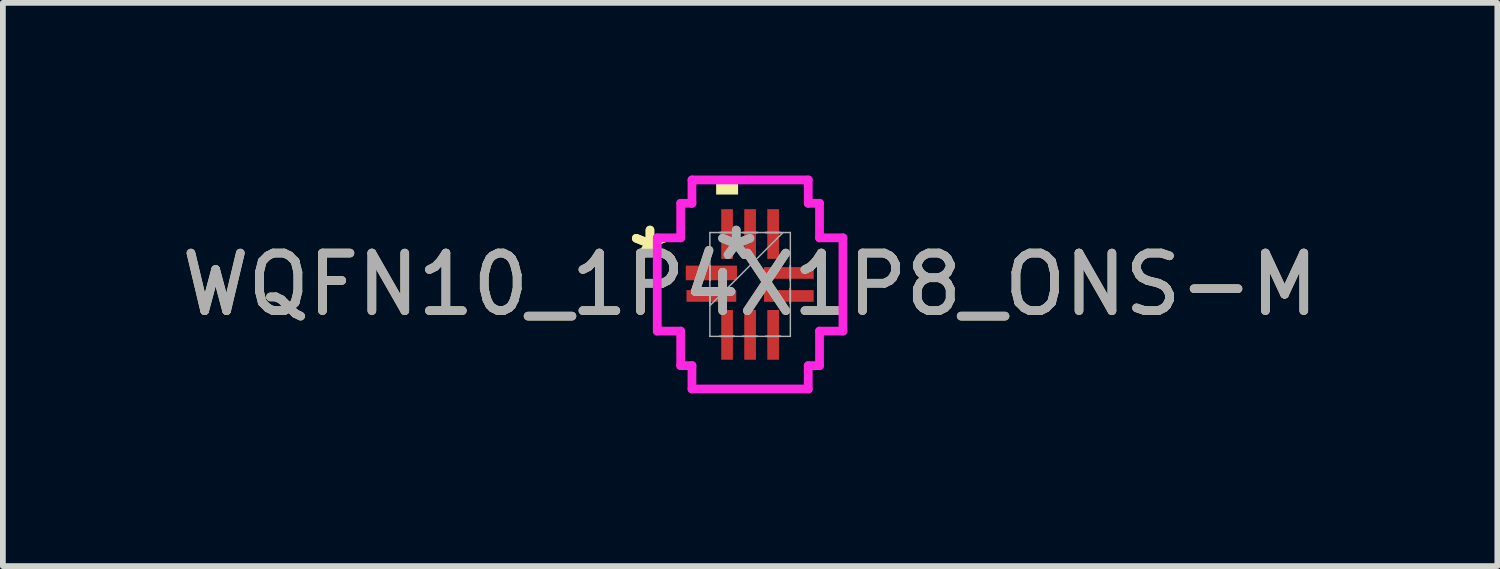
<source format=kicad_pcb>
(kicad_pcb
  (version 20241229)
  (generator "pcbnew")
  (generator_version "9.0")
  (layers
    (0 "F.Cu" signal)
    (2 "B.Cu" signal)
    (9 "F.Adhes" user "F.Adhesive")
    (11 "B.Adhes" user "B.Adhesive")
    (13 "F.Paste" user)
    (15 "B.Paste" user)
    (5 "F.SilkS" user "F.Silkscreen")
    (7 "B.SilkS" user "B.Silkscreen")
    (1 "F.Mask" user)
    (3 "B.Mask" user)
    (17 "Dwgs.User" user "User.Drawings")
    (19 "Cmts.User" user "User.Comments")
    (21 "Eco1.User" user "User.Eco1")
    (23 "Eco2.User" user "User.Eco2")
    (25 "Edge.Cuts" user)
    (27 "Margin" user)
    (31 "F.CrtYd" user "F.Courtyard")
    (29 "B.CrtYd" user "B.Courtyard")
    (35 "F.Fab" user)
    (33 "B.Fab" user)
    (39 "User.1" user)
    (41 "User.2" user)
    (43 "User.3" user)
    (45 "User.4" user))
  (footprint "WQFN10_1P4X1P8_ONS-M"
    (layer "F.Cu")
    (at 9.982 1.892)
    (property "Reference" "WQFN10_1P4X1P8_ONS-M" (at 0 0 0) (unlocked yes) (layer "F.SilkS") (effects (font (size 1 1) (thickness 0.15))))
    (attr smd)
    (fp_poly (pts (xy -0.59 -1.562) (xy -0.59 -1.816) (xy -0.209 -1.816) (xy -0.209 -1.562)) (stroke (width 0) (type solid)) (fill yes) (layer "F.SilkS"))
    (fp_line (start -1.613 -0.81) (end -1.206 -0.81) (stroke (width 0.152) (type solid)) (layer "F.CrtYd"))
    (fp_line (start -1.613 0.81) (end -1.613 -0.81) (stroke (width 0.152) (type solid)) (layer "F.CrtYd"))
    (fp_line (start -1.206 -1.41) (end -1.01 -1.41) (stroke (width 0.152) (type solid)) (layer "F.CrtYd"))
    (fp_line (start -1.206 -0.81) (end -1.206 -1.41) (stroke (width 0.152) (type solid)) (layer "F.CrtYd"))
    (fp_line (start -1.206 0.81) (end -1.613 0.81) (stroke (width 0.152) (type solid)) (layer "F.CrtYd"))
    (fp_line (start -1.206 1.41) (end -1.206 0.81) (stroke (width 0.152) (type solid)) (layer "F.CrtYd"))
    (fp_line (start -1.01 -1.816) (end 1.01 -1.816) (stroke (width 0.152) (type solid)) (layer "F.CrtYd"))
    (fp_line (start -1.01 -1.41) (end -1.01 -1.816) (stroke (width 0.152) (type solid)) (layer "F.CrtYd"))
    (fp_line (start -1.01 1.41) (end -1.206 1.41) (stroke (width 0.152) (type solid)) (layer "F.CrtYd"))
    (fp_line (start -1.01 1.816) (end -1.01 1.41) (stroke (width 0.152) (type solid)) (layer "F.CrtYd"))
    (fp_line (start 1.01 -1.816) (end 1.01 -1.41) (stroke (width 0.152) (type solid)) (layer "F.CrtYd"))
    (fp_line (start 1.01 -1.41) (end 1.206 -1.41) (stroke (width 0.152) (type solid)) (layer "F.CrtYd"))
    (fp_line (start 1.01 1.41) (end 1.01 1.816) (stroke (width 0.152) (type solid)) (layer "F.CrtYd"))
    (fp_line (start 1.01 1.816) (end -1.01 1.816) (stroke (width 0.152) (type solid)) (layer "F.CrtYd"))
    (fp_line (start 1.206 -1.41) (end 1.206 -0.81) (stroke (width 0.152) (type solid)) (layer "F.CrtYd"))
    (fp_line (start 1.206 -0.81) (end 1.613 -0.81) (stroke (width 0.152) (type solid)) (layer "F.CrtYd"))
    (fp_line (start 1.206 0.81) (end 1.206 1.41) (stroke (width 0.152) (type solid)) (layer "F.CrtYd"))
    (fp_line (start 1.206 1.41) (end 1.01 1.41) (stroke (width 0.152) (type solid)) (layer "F.CrtYd"))
    (fp_line (start 1.613 -0.81) (end 1.613 0.81) (stroke (width 0.152) (type solid)) (layer "F.CrtYd"))
    (fp_line (start 1.613 0.81) (end 1.206 0.81) (stroke (width 0.152) (type solid)) (layer "F.CrtYd"))
    (fp_line (start -0.699 -0.902) (end -0.699 -0.902) (stroke (width 0.025) (type solid)) (layer "F.Fab"))
    (fp_line (start -0.699 -0.902) (end -0.699 0.902) (stroke (width 0.025) (type solid)) (layer "F.Fab"))
    (fp_line (start -0.699 -0.327) (end -0.699 -0.327) (stroke (width 0.025) (type solid)) (layer "F.Fab"))
    (fp_line (start -0.699 -0.327) (end -0.699 -0.073) (stroke (width 0.025) (type solid)) (layer "F.Fab"))
    (fp_line (start -0.699 -0.073) (end -0.699 -0.327) (stroke (width 0.025) (type solid)) (layer "F.Fab"))
    (fp_line (start -0.699 -0.073) (end -0.699 -0.073) (stroke (width 0.025) (type solid)) (layer "F.Fab"))
    (fp_line (start -0.699 0.073) (end -0.699 0.073) (stroke (width 0.025) (type solid)) (layer "F.Fab"))
    (fp_line (start -0.699 0.073) (end -0.699 0.327) (stroke (width 0.025) (type solid)) (layer "F.Fab"))
    (fp_line (start -0.699 0.327) (end -0.699 0.073) (stroke (width 0.025) (type solid)) (layer "F.Fab"))
    (fp_line (start -0.699 0.327) (end -0.699 0.327) (stroke (width 0.025) (type solid)) (layer "F.Fab"))
    (fp_line (start -0.699 0.368) (end 0.572 -0.902) (stroke (width 0.025) (type solid)) (layer "F.Fab"))
    (fp_line (start -0.699 0.902) (end -0.699 0.902) (stroke (width 0.025) (type solid)) (layer "F.Fab"))
    (fp_line (start -0.699 0.902) (end 0.699 0.902) (stroke (width 0.025) (type solid)) (layer "F.Fab"))
    (fp_line (start -0.527 -0.902) (end -0.527 -0.902) (stroke (width 0.025) (type solid)) (layer "F.Fab"))
    (fp_line (start -0.527 -0.902) (end -0.273 -0.902) (stroke (width 0.025) (type solid)) (layer "F.Fab"))
    (fp_line (start -0.527 0.902) (end -0.527 0.902) (stroke (width 0.025) (type solid)) (layer "F.Fab"))
    (fp_line (start -0.527 0.902) (end -0.273 0.902) (stroke (width 0.025) (type solid)) (layer "F.Fab"))
    (fp_line (start -0.273 -0.902) (end -0.527 -0.902) (stroke (width 0.025) (type solid)) (layer "F.Fab"))
    (fp_line (start -0.273 -0.902) (end -0.273 -0.902) (stroke (width 0.025) (type solid)) (layer "F.Fab"))
    (fp_line (start -0.273 0.902) (end -0.527 0.902) (stroke (width 0.025) (type solid)) (layer "F.Fab"))
    (fp_line (start -0.273 0.902) (end -0.273 0.902) (stroke (width 0.025) (type solid)) (layer "F.Fab"))
    (fp_line (start -0.127 -0.902) (end -0.127 -0.902) (stroke (width 0.025) (type solid)) (layer "F.Fab"))
    (fp_line (start -0.127 -0.902) (end 0.127 -0.902) (stroke (width 0.025) (type solid)) (layer "F.Fab"))
    (fp_line (start -0.127 0.902) (end -0.127 0.902) (stroke (width 0.025) (type solid)) (layer "F.Fab"))
    (fp_line (start -0.127 0.902) (end 0.127 0.902) (stroke (width 0.025) (type solid)) (layer "F.Fab"))
    (fp_line (start 0.127 -0.902) (end -0.127 -0.902) (stroke (width 0.025) (type solid)) (layer "F.Fab"))
    (fp_line (start 0.127 -0.902) (end 0.127 -0.902) (stroke (width 0.025) (type solid)) (layer "F.Fab"))
    (fp_line (start 0.127 0.902) (end -0.127 0.902) (stroke (width 0.025) (type solid)) (layer "F.Fab"))
    (fp_line (start 0.127 0.902) (end 0.127 0.902) (stroke (width 0.025) (type solid)) (layer "F.Fab"))
    (fp_line (start 0.273 -0.902) (end 0.273 -0.902) (stroke (width 0.025) (type solid)) (layer "F.Fab"))
    (fp_line (start 0.273 -0.902) (end 0.527 -0.902) (stroke (width 0.025) (type solid)) (layer "F.Fab"))
    (fp_line (start 0.273 0.902) (end 0.273 0.902) (stroke (width 0.025) (type solid)) (layer "F.Fab"))
    (fp_line (start 0.273 0.902) (end 0.527 0.902) (stroke (width 0.025) (type solid)) (layer "F.Fab"))
    (fp_line (start 0.527 -0.902) (end 0.273 -0.902) (stroke (width 0.025) (type solid)) (layer "F.Fab"))
    (fp_line (start 0.527 -0.902) (end 0.527 -0.902) (stroke (width 0.025) (type solid)) (layer "F.Fab"))
    (fp_line (start 0.527 0.902) (end 0.273 0.902) (stroke (width 0.025) (type solid)) (layer "F.Fab"))
    (fp_line (start 0.527 0.902) (end 0.527 0.902) (stroke (width 0.025) (type solid)) (layer "F.Fab"))
    (fp_line (start 0.699 -0.902) (end -0.699 -0.902) (stroke (width 0.025) (type solid)) (layer "F.Fab"))
    (fp_line (start 0.699 -0.902) (end 0.699 -0.902) (stroke (width 0.025) (type solid)) (layer "F.Fab"))
    (fp_line (start 0.699 -0.327) (end 0.699 -0.327) (stroke (width 0.025) (type solid)) (layer "F.Fab"))
    (fp_line (start 0.699 -0.327) (end 0.699 -0.073) (stroke (width 0.025) (type solid)) (layer "F.Fab"))
    (fp_line (start 0.699 -0.073) (end 0.699 -0.327) (stroke (width 0.025) (type solid)) (layer "F.Fab"))
    (fp_line (start 0.699 -0.073) (end 0.699 -0.073) (stroke (width 0.025) (type solid)) (layer "F.Fab"))
    (fp_line (start 0.699 0.073) (end 0.699 0.073) (stroke (width 0.025) (type solid)) (layer "F.Fab"))
    (fp_line (start 0.699 0.073) (end 0.699 0.327) (stroke (width 0.025) (type solid)) (layer "F.Fab"))
    (fp_line (start 0.699 0.327) (end 0.699 0.073) (stroke (width 0.025) (type solid)) (layer "F.Fab"))
    (fp_line (start 0.699 0.327) (end 0.699 0.327) (stroke (width 0.025) (type solid)) (layer "F.Fab"))
    (fp_line (start 0.699 0.902) (end 0.699 -0.902) (stroke (width 0.025) (type solid)) (layer "F.Fab"))
    (fp_line (start 0.699 0.902) (end 0.699 0.902) (stroke (width 0.025) (type solid)) (layer "F.Fab"))
    (fp_text user "*" (at -1.74 -0.4 0) (layer "F.SilkS") (effects (font (size 1 1) (thickness 0.15))))
    (fp_text user "*" (at -1.74 -0.4 0) (unlocked yes) (layer "F.SilkS") (effects (font (size 1 1) (thickness 0.15))))
    (fp_text user "${REFERENCE}" (at 0 0 0) (unlocked yes) (layer "F.Fab") (effects (font (size 1 1) (thickness 0.15))))
    (fp_text user "*" (at -0.241 -0.4 0) (unlocked yes) (layer "F.Fab") (effects (font (size 1 1) (thickness 0.15))))
    (fp_text user "*" (at -0.241 -0.4 0) (layer "F.Fab") (effects (font (size 1 1) (thickness 0.15))))
    (pad "1" smd rect (at -0.673 -0.2 90) (size 0.254 0.889) (layers "F.Cu" "F.Mask" "F.Paste"))
    (pad "2" smd rect (at -0.673 0.2 90) (size 0.203 0.864) (layers "F.Cu" "F.Mask" "F.Paste"))
    (pad "3" smd rect (at -0.4 0.876) (size 0.203 0.864) (layers "F.Cu" "F.Mask" "F.Paste"))
    (pad "4" smd rect (at 0 0.876) (size 0.203 0.864) (layers "F.Cu" "F.Mask" "F.Paste"))
    (pad "5" smd rect (at 0.4 0.876) (size 0.203 0.864) (layers "F.Cu" "F.Mask" "F.Paste"))
    (pad "6" smd rect (at 0.673 0.2 90) (size 0.203 0.864) (layers "F.Cu" "F.Mask" "F.Paste"))
    (pad "7" smd rect (at 0.673 -0.2 90) (size 0.203 0.864) (layers "F.Cu" "F.Mask" "F.Paste"))
    (pad "8" smd rect (at 0.4 -0.876) (size 0.203 0.864) (layers "F.Cu" "F.Mask" "F.Paste"))
    (pad "9" smd rect (at 0 -0.876) (size 0.203 0.864) (layers "F.Cu" "F.Mask" "F.Paste"))
    (pad "10" smd rect (at -0.4 -0.876) (size 0.203 0.864) (layers "F.Cu" "F.Mask" "F.Paste")))
  (gr_rect
    (start -3 -3)
    (end 22.964 6.785)
    (stroke (width 0.1) (type default))
    (fill no)
    (layer "Edge.Cuts")))
</source>
